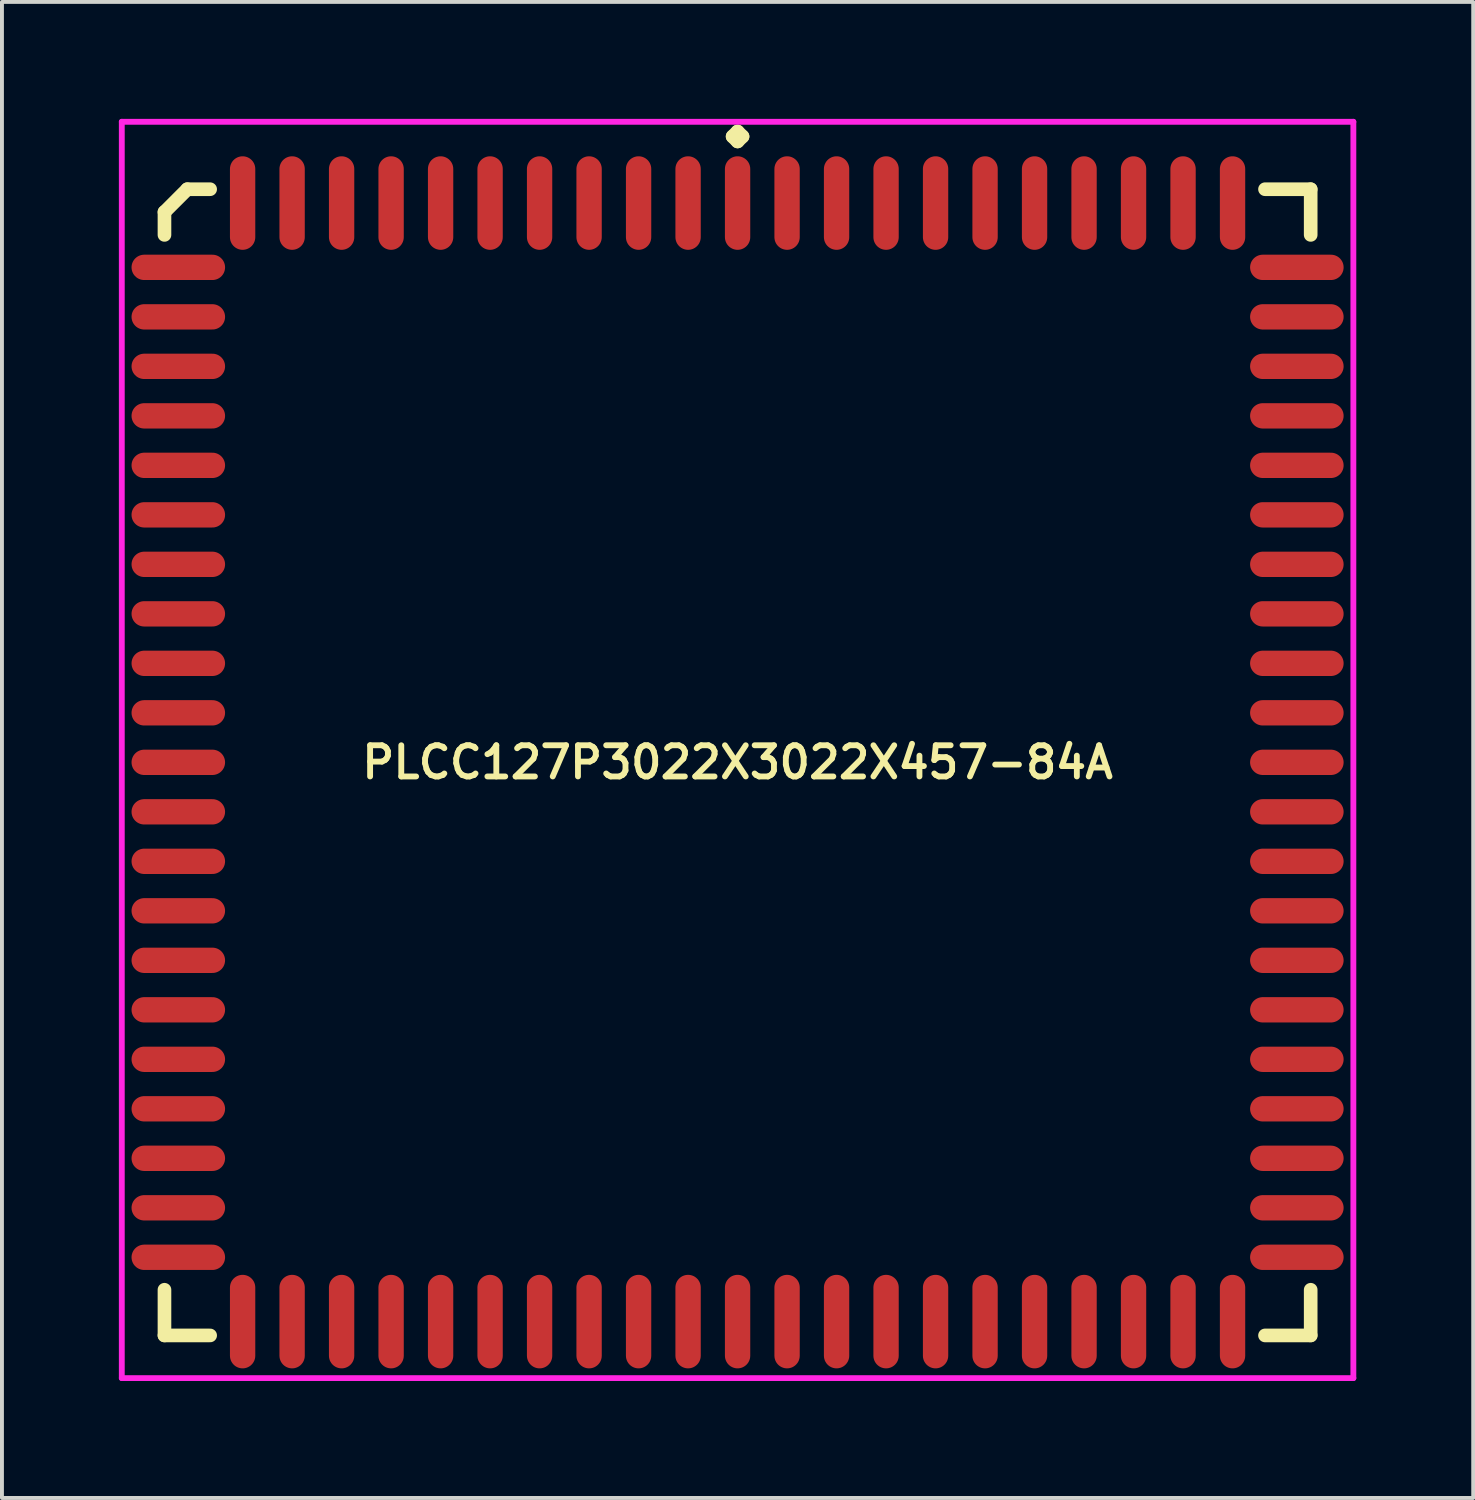
<source format=kicad_pcb>
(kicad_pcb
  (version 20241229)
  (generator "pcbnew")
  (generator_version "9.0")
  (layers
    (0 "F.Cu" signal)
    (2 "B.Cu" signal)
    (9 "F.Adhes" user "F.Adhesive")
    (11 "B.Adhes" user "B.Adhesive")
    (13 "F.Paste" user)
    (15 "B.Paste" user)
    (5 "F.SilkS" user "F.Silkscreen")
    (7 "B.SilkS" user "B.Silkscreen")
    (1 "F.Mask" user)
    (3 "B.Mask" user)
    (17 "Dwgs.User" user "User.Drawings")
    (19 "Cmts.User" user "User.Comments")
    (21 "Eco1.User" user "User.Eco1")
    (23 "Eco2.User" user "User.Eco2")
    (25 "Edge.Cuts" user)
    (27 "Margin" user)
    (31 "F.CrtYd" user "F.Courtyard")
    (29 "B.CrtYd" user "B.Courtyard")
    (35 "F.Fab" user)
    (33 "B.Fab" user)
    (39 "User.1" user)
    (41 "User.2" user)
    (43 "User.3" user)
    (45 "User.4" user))
  (footprint "PLCC127P3022X3022X457-84A"
    (layer "F.Cu")
    (at 15.875 16.51)
    (property "Reference" "PLCC127P3022X3022X457-84A" (at 0 0 0) (layer "F.SilkS") (effects (font (size 0.8 0.8) (thickness 0.15))))
    (attr through_hole)
    (fp_line (start -14.705 -14.119) (end -14.119 -14.705) (stroke (width 0.35) (type solid)) (layer "F.SilkS"))
    (fp_line (start -14.705 -13.533) (end -14.705 -14.119) (stroke (width 0.35) (type solid)) (layer "F.SilkS"))
    (fp_line (start -14.705 13.533) (end -14.705 14.705) (stroke (width 0.35) (type solid)) (layer "F.SilkS"))
    (fp_line (start -14.705 14.705) (end -13.533 14.705) (stroke (width 0.35) (type solid)) (layer "F.SilkS"))
    (fp_line (start -14.119 -14.705) (end -13.533 -14.705) (stroke (width 0.35) (type solid)) (layer "F.SilkS"))
    (fp_line (start -0.127 -16.058) (end 0 -16.185) (stroke (width 0.35) (type solid)) (layer "F.SilkS"))
    (fp_line (start 0 -16.185) (end 0.127 -16.058) (stroke (width 0.35) (type solid)) (layer "F.SilkS"))
    (fp_line (start 0 -15.931) (end -0.127 -16.058) (stroke (width 0.35) (type solid)) (layer "F.SilkS"))
    (fp_line (start 0.127 -16.058) (end 0 -15.931) (stroke (width 0.35) (type solid)) (layer "F.SilkS"))
    (fp_line (start 14.705 -14.705) (end 13.533 -14.705) (stroke (width 0.35) (type solid)) (layer "F.SilkS"))
    (fp_line (start 14.705 -13.533) (end 14.705 -14.705) (stroke (width 0.35) (type solid)) (layer "F.SilkS"))
    (fp_line (start 14.705 13.533) (end 14.705 14.705) (stroke (width 0.35) (type solid)) (layer "F.SilkS"))
    (fp_line (start 14.705 14.705) (end 13.533 14.705) (stroke (width 0.35) (type solid)) (layer "F.SilkS"))
    (fp_line (start -15.8 -16.435) (end 15.8 -16.435) (stroke (width 0.15) (type solid)) (layer "F.CrtYd"))
    (fp_line (start -15.8 15.8) (end -15.8 -16.435) (stroke (width 0.15) (type solid)) (layer "F.CrtYd"))
    (fp_line (start 15.8 -16.435) (end 15.8 15.8) (stroke (width 0.15) (type solid)) (layer "F.CrtYd"))
    (fp_line (start 15.8 15.8) (end -15.8 15.8) (stroke (width 0.15) (type solid)) (layer "F.CrtYd"))
    (pad "1" smd oval (at 0 -14.35) (size 0.65 2.4) (layers "F.Cu" "F.Mask" "F.Paste"))
    (pad "2" smd oval (at -1.27 -14.35) (size 0.65 2.4) (layers "F.Cu" "F.Mask" "F.Paste"))
    (pad "3" smd oval (at -2.54 -14.35) (size 0.65 2.4) (layers "F.Cu" "F.Mask" "F.Paste"))
    (pad "4" smd oval (at -3.81 -14.35) (size 0.65 2.4) (layers "F.Cu" "F.Mask" "F.Paste"))
    (pad "5" smd oval (at -5.08 -14.35) (size 0.65 2.4) (layers "F.Cu" "F.Mask" "F.Paste"))
    (pad "6" smd oval (at -6.35 -14.35) (size 0.65 2.4) (layers "F.Cu" "F.Mask" "F.Paste"))
    (pad "7" smd oval (at -7.62 -14.35) (size 0.65 2.4) (layers "F.Cu" "F.Mask" "F.Paste"))
    (pad "8" smd oval (at -8.89 -14.35) (size 0.65 2.4) (layers "F.Cu" "F.Mask" "F.Paste"))
    (pad "9" smd oval (at -10.16 -14.35) (size 0.65 2.4) (layers "F.Cu" "F.Mask" "F.Paste"))
    (pad "10" smd oval (at -11.43 -14.35) (size 0.65 2.4) (layers "F.Cu" "F.Mask" "F.Paste"))
    (pad "11" smd oval (at -12.7 -14.35) (size 0.65 2.4) (layers "F.Cu" "F.Mask" "F.Paste"))
    (pad "12" smd oval (at -14.35 -12.7) (size 2.4 0.65) (layers "F.Cu" "F.Mask" "F.Paste"))
    (pad "13" smd oval (at -14.35 -11.43) (size 2.4 0.65) (layers "F.Cu" "F.Mask" "F.Paste"))
    (pad "14" smd oval (at -14.35 -10.16) (size 2.4 0.65) (layers "F.Cu" "F.Mask" "F.Paste"))
    (pad "15" smd oval (at -14.35 -8.89) (size 2.4 0.65) (layers "F.Cu" "F.Mask" "F.Paste"))
    (pad "16" smd oval (at -14.35 -7.62) (size 2.4 0.65) (layers "F.Cu" "F.Mask" "F.Paste"))
    (pad "17" smd oval (at -14.35 -6.35) (size 2.4 0.65) (layers "F.Cu" "F.Mask" "F.Paste"))
    (pad "18" smd oval (at -14.35 -5.08) (size 2.4 0.65) (layers "F.Cu" "F.Mask" "F.Paste"))
    (pad "19" smd oval (at -14.35 -3.81) (size 2.4 0.65) (layers "F.Cu" "F.Mask" "F.Paste"))
    (pad "20" smd oval (at -14.35 -2.54) (size 2.4 0.65) (layers "F.Cu" "F.Mask" "F.Paste"))
    (pad "21" smd oval (at -14.35 -1.27) (size 2.4 0.65) (layers "F.Cu" "F.Mask" "F.Paste"))
    (pad "22" smd oval (at -14.35 0) (size 2.4 0.65) (layers "F.Cu" "F.Mask" "F.Paste"))
    (pad "23" smd oval (at -14.35 1.27) (size 2.4 0.65) (layers "F.Cu" "F.Mask" "F.Paste"))
    (pad "24" smd oval (at -14.35 2.54) (size 2.4 0.65) (layers "F.Cu" "F.Mask" "F.Paste"))
    (pad "25" smd oval (at -14.35 3.81) (size 2.4 0.65) (layers "F.Cu" "F.Mask" "F.Paste"))
    (pad "26" smd oval (at -14.35 5.08) (size 2.4 0.65) (layers "F.Cu" "F.Mask" "F.Paste"))
    (pad "27" smd oval (at -14.35 6.35) (size 2.4 0.65) (layers "F.Cu" "F.Mask" "F.Paste"))
    (pad "28" smd oval (at -14.35 7.62) (size 2.4 0.65) (layers "F.Cu" "F.Mask" "F.Paste"))
    (pad "29" smd oval (at -14.35 8.89) (size 2.4 0.65) (layers "F.Cu" "F.Mask" "F.Paste"))
    (pad "30" smd oval (at -14.35 10.16) (size 2.4 0.65) (layers "F.Cu" "F.Mask" "F.Paste"))
    (pad "31" smd oval (at -14.35 11.43) (size 2.4 0.65) (layers "F.Cu" "F.Mask" "F.Paste"))
    (pad "32" smd oval (at -14.35 12.7) (size 2.4 0.65) (layers "F.Cu" "F.Mask" "F.Paste"))
    (pad "33" smd oval (at -12.7 14.35) (size 0.65 2.4) (layers "F.Cu" "F.Mask" "F.Paste"))
    (pad "34" smd oval (at -11.43 14.35) (size 0.65 2.4) (layers "F.Cu" "F.Mask" "F.Paste"))
    (pad "35" smd oval (at -10.16 14.35) (size 0.65 2.4) (layers "F.Cu" "F.Mask" "F.Paste"))
    (pad "36" smd oval (at -8.89 14.35) (size 0.65 2.4) (layers "F.Cu" "F.Mask" "F.Paste"))
    (pad "37" smd oval (at -7.62 14.35) (size 0.65 2.4) (layers "F.Cu" "F.Mask" "F.Paste"))
    (pad "38" smd oval (at -6.35 14.35) (size 0.65 2.4) (layers "F.Cu" "F.Mask" "F.Paste"))
    (pad "39" smd oval (at -5.08 14.35) (size 0.65 2.4) (layers "F.Cu" "F.Mask" "F.Paste"))
    (pad "40" smd oval (at -3.81 14.35) (size 0.65 2.4) (layers "F.Cu" "F.Mask" "F.Paste"))
    (pad "41" smd oval (at -2.54 14.35) (size 0.65 2.4) (layers "F.Cu" "F.Mask" "F.Paste"))
    (pad "42" smd oval (at -1.27 14.35) (size 0.65 2.4) (layers "F.Cu" "F.Mask" "F.Paste"))
    (pad "43" smd oval (at 0 14.35) (size 0.65 2.4) (layers "F.Cu" "F.Mask" "F.Paste"))
    (pad "44" smd oval (at 1.27 14.35) (size 0.65 2.4) (layers "F.Cu" "F.Mask" "F.Paste"))
    (pad "45" smd oval (at 2.54 14.35) (size 0.65 2.4) (layers "F.Cu" "F.Mask" "F.Paste"))
    (pad "46" smd oval (at 3.81 14.35) (size 0.65 2.4) (layers "F.Cu" "F.Mask" "F.Paste"))
    (pad "47" smd oval (at 5.08 14.35) (size 0.65 2.4) (layers "F.Cu" "F.Mask" "F.Paste"))
    (pad "48" smd oval (at 6.35 14.35) (size 0.65 2.4) (layers "F.Cu" "F.Mask" "F.Paste"))
    (pad "49" smd oval (at 7.62 14.35) (size 0.65 2.4) (layers "F.Cu" "F.Mask" "F.Paste"))
    (pad "50" smd oval (at 8.89 14.35) (size 0.65 2.4) (layers "F.Cu" "F.Mask" "F.Paste"))
    (pad "51" smd oval (at 10.16 14.35) (size 0.65 2.4) (layers "F.Cu" "F.Mask" "F.Paste"))
    (pad "52" smd oval (at 11.43 14.35) (size 0.65 2.4) (layers "F.Cu" "F.Mask" "F.Paste"))
    (pad "53" smd oval (at 12.7 14.35) (size 0.65 2.4) (layers "F.Cu" "F.Mask" "F.Paste"))
    (pad "54" smd oval (at 14.35 12.7) (size 2.4 0.65) (layers "F.Cu" "F.Mask" "F.Paste"))
    (pad "55" smd oval (at 14.35 11.43) (size 2.4 0.65) (layers "F.Cu" "F.Mask" "F.Paste"))
    (pad "56" smd oval (at 14.35 10.16) (size 2.4 0.65) (layers "F.Cu" "F.Mask" "F.Paste"))
    (pad "57" smd oval (at 14.35 8.89) (size 2.4 0.65) (layers "F.Cu" "F.Mask" "F.Paste"))
    (pad "58" smd oval (at 14.35 7.62) (size 2.4 0.65) (layers "F.Cu" "F.Mask" "F.Paste"))
    (pad "59" smd oval (at 14.35 6.35) (size 2.4 0.65) (layers "F.Cu" "F.Mask" "F.Paste"))
    (pad "60" smd oval (at 14.35 5.08) (size 2.4 0.65) (layers "F.Cu" "F.Mask" "F.Paste"))
    (pad "61" smd oval (at 14.35 3.81) (size 2.4 0.65) (layers "F.Cu" "F.Mask" "F.Paste"))
    (pad "62" smd oval (at 14.35 2.54) (size 2.4 0.65) (layers "F.Cu" "F.Mask" "F.Paste"))
    (pad "63" smd oval (at 14.35 1.27) (size 2.4 0.65) (layers "F.Cu" "F.Mask" "F.Paste"))
    (pad "64" smd oval (at 14.35 0) (size 2.4 0.65) (layers "F.Cu" "F.Mask" "F.Paste"))
    (pad "65" smd oval (at 14.35 -1.27) (size 2.4 0.65) (layers "F.Cu" "F.Mask" "F.Paste"))
    (pad "66" smd oval (at 14.35 -2.54) (size 2.4 0.65) (layers "F.Cu" "F.Mask" "F.Paste"))
    (pad "67" smd oval (at 14.35 -3.81) (size 2.4 0.65) (layers "F.Cu" "F.Mask" "F.Paste"))
    (pad "68" smd oval (at 14.35 -5.08) (size 2.4 0.65) (layers "F.Cu" "F.Mask" "F.Paste"))
    (pad "69" smd oval (at 14.35 -6.35) (size 2.4 0.65) (layers "F.Cu" "F.Mask" "F.Paste"))
    (pad "70" smd oval (at 14.35 -7.62) (size 2.4 0.65) (layers "F.Cu" "F.Mask" "F.Paste"))
    (pad "71" smd oval (at 14.35 -8.89) (size 2.4 0.65) (layers "F.Cu" "F.Mask" "F.Paste"))
    (pad "72" smd oval (at 14.35 -10.16) (size 2.4 0.65) (layers "F.Cu" "F.Mask" "F.Paste"))
    (pad "73" smd oval (at 14.35 -11.43) (size 2.4 0.65) (layers "F.Cu" "F.Mask" "F.Paste"))
    (pad "74" smd oval (at 14.35 -12.7) (size 2.4 0.65) (layers "F.Cu" "F.Mask" "F.Paste"))
    (pad "75" smd oval (at 12.7 -14.35) (size 0.65 2.4) (layers "F.Cu" "F.Mask" "F.Paste"))
    (pad "76" smd oval (at 11.43 -14.35) (size 0.65 2.4) (layers "F.Cu" "F.Mask" "F.Paste"))
    (pad "77" smd oval (at 10.16 -14.35) (size 0.65 2.4) (layers "F.Cu" "F.Mask" "F.Paste"))
    (pad "78" smd oval (at 8.89 -14.35) (size 0.65 2.4) (layers "F.Cu" "F.Mask" "F.Paste"))
    (pad "79" smd oval (at 7.62 -14.35) (size 0.65 2.4) (layers "F.Cu" "F.Mask" "F.Paste"))
    (pad "80" smd oval (at 6.35 -14.35) (size 0.65 2.4) (layers "F.Cu" "F.Mask" "F.Paste"))
    (pad "81" smd oval (at 5.08 -14.35) (size 0.65 2.4) (layers "F.Cu" "F.Mask" "F.Paste"))
    (pad "82" smd oval (at 3.81 -14.35) (size 0.65 2.4) (layers "F.Cu" "F.Mask" "F.Paste"))
    (pad "83" smd oval (at 2.54 -14.35) (size 0.65 2.4) (layers "F.Cu" "F.Mask" "F.Paste"))
    (pad "84" smd oval (at 1.27 -14.35) (size 0.65 2.4) (layers "F.Cu" "F.Mask" "F.Paste")))
  (gr_rect
    (start -3 -3)
    (end 34.75 35.385)
    (stroke (width 0.1) (type default))
    (fill no)
    (layer "Edge.Cuts")))
</source>
